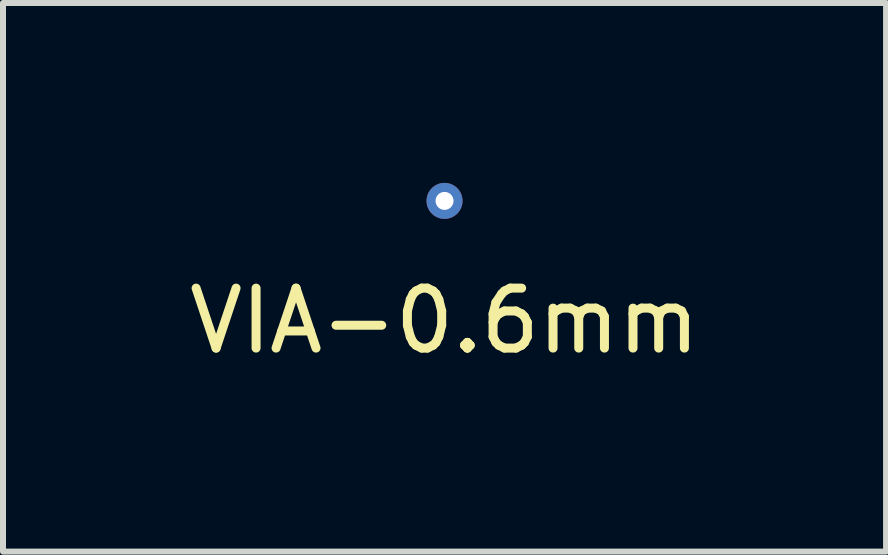
<source format=kicad_pcb>
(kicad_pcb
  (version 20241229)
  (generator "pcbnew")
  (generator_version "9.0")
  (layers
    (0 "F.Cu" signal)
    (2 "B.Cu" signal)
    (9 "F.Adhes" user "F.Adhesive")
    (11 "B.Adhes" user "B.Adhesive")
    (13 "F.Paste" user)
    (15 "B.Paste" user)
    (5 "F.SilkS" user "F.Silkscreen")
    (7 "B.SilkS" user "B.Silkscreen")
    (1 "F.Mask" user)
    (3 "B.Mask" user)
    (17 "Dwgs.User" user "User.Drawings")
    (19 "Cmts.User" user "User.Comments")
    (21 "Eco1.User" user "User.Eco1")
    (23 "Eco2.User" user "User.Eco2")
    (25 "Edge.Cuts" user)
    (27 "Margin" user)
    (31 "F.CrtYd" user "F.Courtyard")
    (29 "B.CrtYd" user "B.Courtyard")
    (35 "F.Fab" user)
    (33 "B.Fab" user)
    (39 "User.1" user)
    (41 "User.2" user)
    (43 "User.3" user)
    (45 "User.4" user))
  (footprint "VIA-0.6mm"
    (layer "F.Cu")
    (at 4.363 0.3)
    (property "Reference" "VIA-0.6mm" (at 0 2 0) (layer "F.SilkS") (effects (font (size 1 1) (thickness 0.15))))
    (attr through_hole)
    (pad "1" thru_hole circle (at 0 0) (size 0.6 0.6) (drill 0.3) (layers "*.Cu")))
  (gr_rect
    (start -3 -3)
    (end 11.726 6.148)
    (stroke (width 0.1) (type default))
    (fill no)
    (layer "Edge.Cuts")))
</source>
